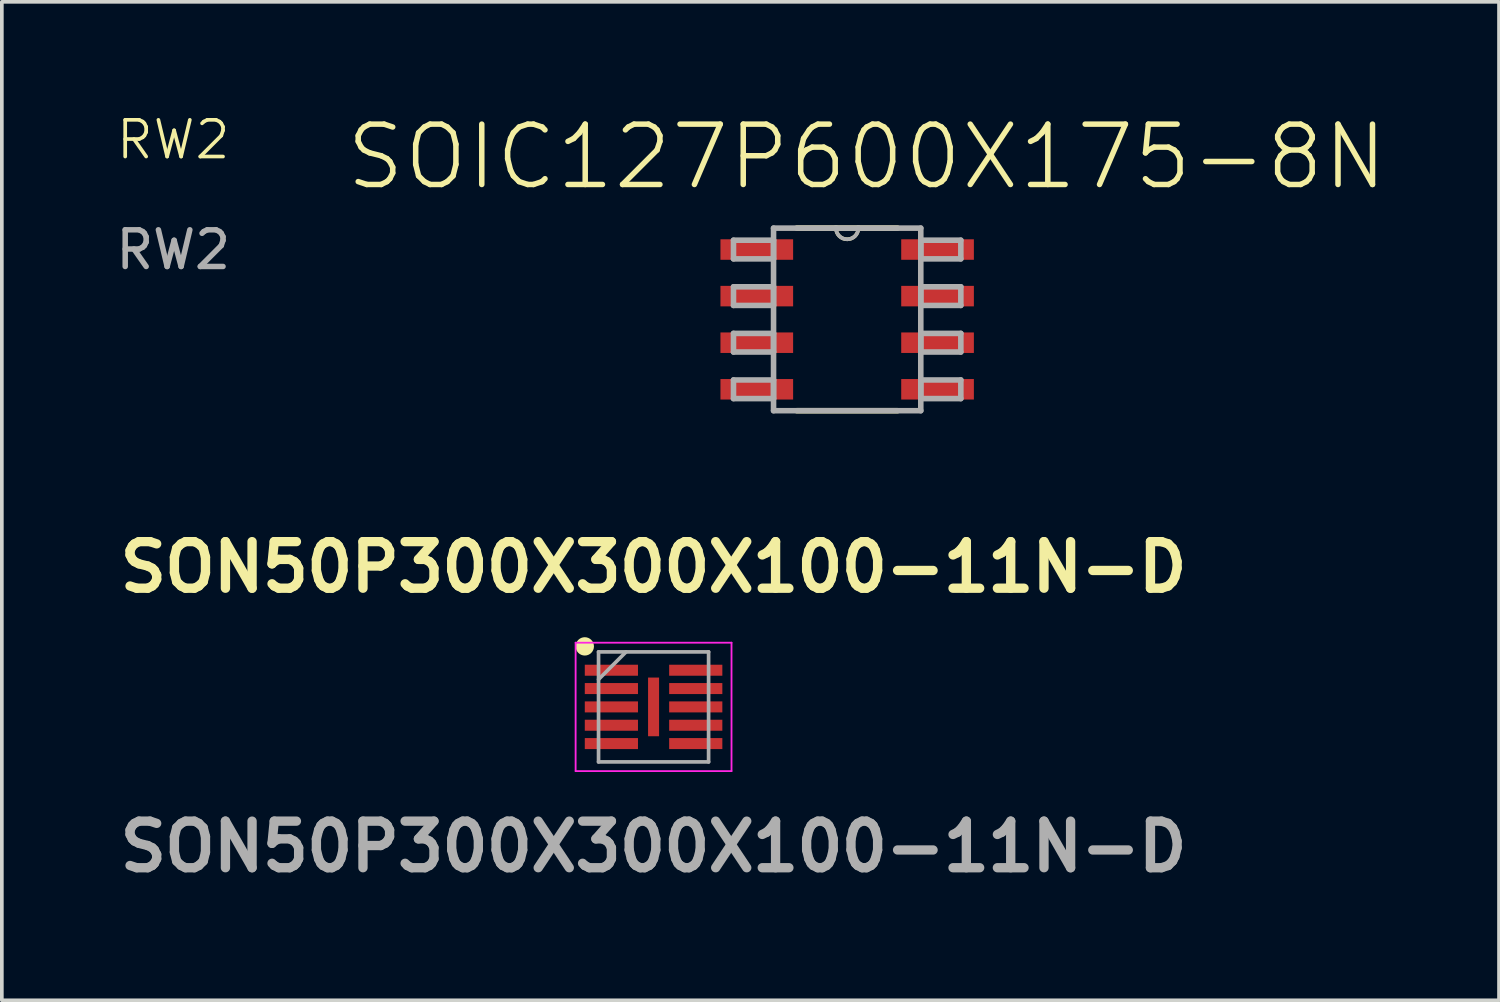
<source format=kicad_pcb>
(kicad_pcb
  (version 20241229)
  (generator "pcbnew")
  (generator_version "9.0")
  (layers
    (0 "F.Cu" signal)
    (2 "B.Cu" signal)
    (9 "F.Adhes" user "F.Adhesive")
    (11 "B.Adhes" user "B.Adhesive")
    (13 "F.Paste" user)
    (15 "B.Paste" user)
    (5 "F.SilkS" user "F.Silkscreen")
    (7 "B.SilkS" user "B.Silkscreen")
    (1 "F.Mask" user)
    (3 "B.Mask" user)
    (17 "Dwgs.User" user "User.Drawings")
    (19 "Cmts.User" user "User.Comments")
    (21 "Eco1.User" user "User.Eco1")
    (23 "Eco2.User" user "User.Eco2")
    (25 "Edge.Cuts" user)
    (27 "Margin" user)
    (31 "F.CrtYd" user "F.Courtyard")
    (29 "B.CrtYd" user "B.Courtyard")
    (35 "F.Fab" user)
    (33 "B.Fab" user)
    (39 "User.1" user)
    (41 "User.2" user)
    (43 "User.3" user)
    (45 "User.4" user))
  (footprint "SOIC127P600X175-8N"
    (layer "F.Cu")
    (at 20.046 5.658)
    (property "Reference" "SOIC127P600X175-8N" (at 0.535 -4.432 0) (layer "F.SilkS") (effects (font (size 1.645 1.645) (thickness 0.15))))
    (attr through_hole)
    (fp_line (start -1.372 2.489) (end 1.372 2.489) (stroke (width 0.152) (type solid)) (layer "F.SilkS"))
    (fp_line (start -0.305 -2.489) (end -1.372 -2.489) (stroke (width 0.152) (type solid)) (layer "F.SilkS"))
    (fp_line (start 0.305 -2.489) (end -0.305 -2.489) (stroke (width 0.152) (type solid)) (layer "F.SilkS"))
    (fp_line (start 1.372 -2.489) (end 0.305 -2.489) (stroke (width 0.152) (type solid)) (layer "F.SilkS"))
    (fp_arc (start 0.3048 -2.4892) (mid 0 -2.1844) (end -0.3048 -2.4892) (stroke (width 0.1) (type solid)) (layer "F.SilkS"))
    (fp_line (start -3.099 -2.159) (end -3.099 -1.651) (stroke (width 0.152) (type solid)) (layer "F.Fab"))
    (fp_line (start -3.099 -1.651) (end -2.007 -1.651) (stroke (width 0.152) (type solid)) (layer "F.Fab"))
    (fp_line (start -3.099 -0.889) (end -3.099 -0.381) (stroke (width 0.152) (type solid)) (layer "F.Fab"))
    (fp_line (start -3.099 -0.381) (end -2.007 -0.381) (stroke (width 0.152) (type solid)) (layer "F.Fab"))
    (fp_line (start -3.099 0.381) (end -3.099 0.889) (stroke (width 0.152) (type solid)) (layer "F.Fab"))
    (fp_line (start -3.099 0.889) (end -2.007 0.889) (stroke (width 0.152) (type solid)) (layer "F.Fab"))
    (fp_line (start -3.099 1.651) (end -3.099 2.159) (stroke (width 0.152) (type solid)) (layer "F.Fab"))
    (fp_line (start -3.099 2.159) (end -2.007 2.159) (stroke (width 0.152) (type solid)) (layer "F.Fab"))
    (fp_line (start -2.007 -2.489) (end -2.007 2.489) (stroke (width 0.152) (type solid)) (layer "F.Fab"))
    (fp_line (start -2.007 -2.159) (end -3.099 -2.159) (stroke (width 0.152) (type solid)) (layer "F.Fab"))
    (fp_line (start -2.007 -1.651) (end -2.007 -2.159) (stroke (width 0.152) (type solid)) (layer "F.Fab"))
    (fp_line (start -2.007 -0.889) (end -3.099 -0.889) (stroke (width 0.152) (type solid)) (layer "F.Fab"))
    (fp_line (start -2.007 -0.381) (end -2.007 -0.889) (stroke (width 0.152) (type solid)) (layer "F.Fab"))
    (fp_line (start -2.007 0.381) (end -3.099 0.381) (stroke (width 0.152) (type solid)) (layer "F.Fab"))
    (fp_line (start -2.007 0.889) (end -2.007 0.381) (stroke (width 0.152) (type solid)) (layer "F.Fab"))
    (fp_line (start -2.007 1.651) (end -3.099 1.651) (stroke (width 0.152) (type solid)) (layer "F.Fab"))
    (fp_line (start -2.007 2.159) (end -2.007 1.651) (stroke (width 0.152) (type solid)) (layer "F.Fab"))
    (fp_line (start -2.007 2.489) (end 2.007 2.489) (stroke (width 0.152) (type solid)) (layer "F.Fab"))
    (fp_line (start -0.305 -2.489) (end -2.007 -2.489) (stroke (width 0.152) (type solid)) (layer "F.Fab"))
    (fp_line (start 0.305 -2.489) (end -0.305 -2.489) (stroke (width 0.152) (type solid)) (layer "F.Fab"))
    (fp_line (start 2.007 -2.489) (end 0.305 -2.489) (stroke (width 0.152) (type solid)) (layer "F.Fab"))
    (fp_line (start 2.007 -2.159) (end 2.007 -1.651) (stroke (width 0.152) (type solid)) (layer "F.Fab"))
    (fp_line (start 2.007 -1.651) (end 3.099 -1.651) (stroke (width 0.152) (type solid)) (layer "F.Fab"))
    (fp_line (start 2.007 -0.889) (end 2.007 -0.381) (stroke (width 0.152) (type solid)) (layer "F.Fab"))
    (fp_line (start 2.007 -0.381) (end 3.099 -0.381) (stroke (width 0.152) (type solid)) (layer "F.Fab"))
    (fp_line (start 2.007 0.381) (end 2.007 0.889) (stroke (width 0.152) (type solid)) (layer "F.Fab"))
    (fp_line (start 2.007 0.889) (end 3.099 0.889) (stroke (width 0.152) (type solid)) (layer "F.Fab"))
    (fp_line (start 2.007 1.651) (end 2.007 2.159) (stroke (width 0.152) (type solid)) (layer "F.Fab"))
    (fp_line (start 2.007 2.159) (end 3.099 2.159) (stroke (width 0.152) (type solid)) (layer "F.Fab"))
    (fp_line (start 2.007 2.489) (end 2.007 -2.489) (stroke (width 0.152) (type solid)) (layer "F.Fab"))
    (fp_line (start 3.099 -2.159) (end 2.007 -2.159) (stroke (width 0.152) (type solid)) (layer "F.Fab"))
    (fp_line (start 3.099 -1.651) (end 3.099 -2.159) (stroke (width 0.152) (type solid)) (layer "F.Fab"))
    (fp_line (start 3.099 -0.889) (end 2.007 -0.889) (stroke (width 0.152) (type solid)) (layer "F.Fab"))
    (fp_line (start 3.099 -0.381) (end 3.099 -0.889) (stroke (width 0.152) (type solid)) (layer "F.Fab"))
    (fp_line (start 3.099 0.381) (end 2.007 0.381) (stroke (width 0.152) (type solid)) (layer "F.Fab"))
    (fp_line (start 3.099 0.889) (end 3.099 0.381) (stroke (width 0.152) (type solid)) (layer "F.Fab"))
    (fp_line (start 3.099 1.651) (end 2.007 1.651) (stroke (width 0.152) (type solid)) (layer "F.Fab"))
    (fp_line (start 3.099 2.159) (end 3.099 1.651) (stroke (width 0.152) (type solid)) (layer "F.Fab"))
    (fp_arc (start 0.3048 -2.4892) (mid 0 -2.1844) (end -0.3048 -2.4892) (stroke (width 0.1) (type solid)) (layer "F.Fab"))
    (pad "1" smd rect (at -2.464 -1.905) (size 1.981 0.559) (layers "F.Cu" "F.Mask" "F.Paste"))
    (pad "2" smd rect (at -2.464 -0.635) (size 1.981 0.559) (layers "F.Cu" "F.Mask" "F.Paste"))
    (pad "3" smd rect (at -2.464 0.635) (size 1.981 0.559) (layers "F.Cu" "F.Mask" "F.Paste"))
    (pad "4" smd rect (at -2.464 1.905) (size 1.981 0.559) (layers "F.Cu" "F.Mask" "F.Paste"))
    (pad "5" smd rect (at 2.464 1.905) (size 1.981 0.559) (layers "F.Cu" "F.Mask" "F.Paste"))
    (pad "6" smd rect (at 2.464 0.635) (size 1.981 0.559) (layers "F.Cu" "F.Mask" "F.Paste"))
    (pad "7" smd rect (at 2.464 -0.635) (size 1.981 0.559) (layers "F.Cu" "F.Mask" "F.Paste"))
    (pad "8" smd rect (at 2.464 -1.905) (size 1.981 0.559) (layers "F.Cu" "F.Mask" "F.Paste")))
  (footprint "SON50P300X300X100-11N-D"
    (layer "F.Cu")
    (at 14.768 16.222)
    (property "Reference" "SON50P300X300X100-11N-D" (at 0 -3.81 0) (layer "F.SilkS") (effects (font (size 1.27 1.27) (thickness 0.254))))
    (attr smd)
    (fp_circle (center -1.875 -1.65) (end -1.875 -1.525) (stroke (width 0.25) (type solid)) (fill no) (layer "F.SilkS"))
    (fp_line (start -2.125 -1.75) (end 2.125 -1.75) (stroke (width 0.05) (type solid)) (layer "F.CrtYd"))
    (fp_line (start -2.125 1.75) (end -2.125 -1.75) (stroke (width 0.05) (type solid)) (layer "F.CrtYd"))
    (fp_line (start 2.125 -1.75) (end 2.125 1.75) (stroke (width 0.05) (type solid)) (layer "F.CrtYd"))
    (fp_line (start 2.125 1.75) (end -2.125 1.75) (stroke (width 0.05) (type solid)) (layer "F.CrtYd"))
    (fp_line (start -1.5 -1.5) (end 1.5 -1.5) (stroke (width 0.1) (type solid)) (layer "F.Fab"))
    (fp_line (start -1.5 -0.75) (end -0.75 -1.5) (stroke (width 0.1) (type solid)) (layer "F.Fab"))
    (fp_line (start -1.5 1.5) (end -1.5 -1.5) (stroke (width 0.1) (type solid)) (layer "F.Fab"))
    (fp_line (start 1.5 -1.5) (end 1.5 1.5) (stroke (width 0.1) (type solid)) (layer "F.Fab"))
    (fp_line (start 1.5 1.5) (end -1.5 1.5) (stroke (width 0.1) (type solid)) (layer "F.Fab"))
    (fp_text user "${REFERENCE}" (at 0 3.81 0) (layer "F.Fab") (effects (font (size 1.27 1.27) (thickness 0.254))))
    (pad "1" smd rect (at -1.15 -1 90) (size 0.3 1.45) (layers "F.Cu" "F.Mask" "F.Paste"))
    (pad "2" smd rect (at -1.15 -0.5 90) (size 0.3 1.45) (layers "F.Cu" "F.Mask" "F.Paste"))
    (pad "3" smd rect (at -1.15 0 90) (size 0.3 1.45) (layers "F.Cu" "F.Mask" "F.Paste"))
    (pad "4" smd rect (at -1.15 0.5 90) (size 0.3 1.45) (layers "F.Cu" "F.Mask" "F.Paste"))
    (pad "5" smd rect (at -1.15 1 90) (size 0.3 1.45) (layers "F.Cu" "F.Mask" "F.Paste"))
    (pad "6" smd rect (at 1.15 1 90) (size 0.3 1.45) (layers "F.Cu" "F.Mask" "F.Paste"))
    (pad "7" smd rect (at 1.15 0.5 90) (size 0.3 1.45) (layers "F.Cu" "F.Mask" "F.Paste"))
    (pad "8" smd rect (at 1.15 0 90) (size 0.3 1.45) (layers "F.Cu" "F.Mask" "F.Paste"))
    (pad "9" smd rect (at 1.15 -0.5 90) (size 0.3 1.45) (layers "F.Cu" "F.Mask" "F.Paste"))
    (pad "10" smd rect (at 1.15 -1 90) (size 0.3 1.45) (layers "F.Cu" "F.Mask" "F.Paste"))
    (pad "11" smd rect (at 0 0) (size 0.3 1.6) (layers "F.Cu" "F.Mask" "F.Paste")))
  (footprint "RW2"
    (layer "F.Cu")
    (at 1.673 1.26)
    (property "Reference" "RW2" (at 0 -0.5 0) (unlocked yes) (layer "F.SilkS") (effects (font (size 1 1) (thickness 0.1))))
    (attr smd)
    (fp_text user "${REFERENCE}" (at 0 2.5 0) (unlocked yes) (layer "F.Fab") (effects (font (size 1 1) (thickness 0.15)))))
  (gr_rect
    (start -3 -3)
    (end 37.817 24.22)
    (stroke (width 0.1) (type default))
    (fill no)
    (layer "Edge.Cuts")))
</source>
